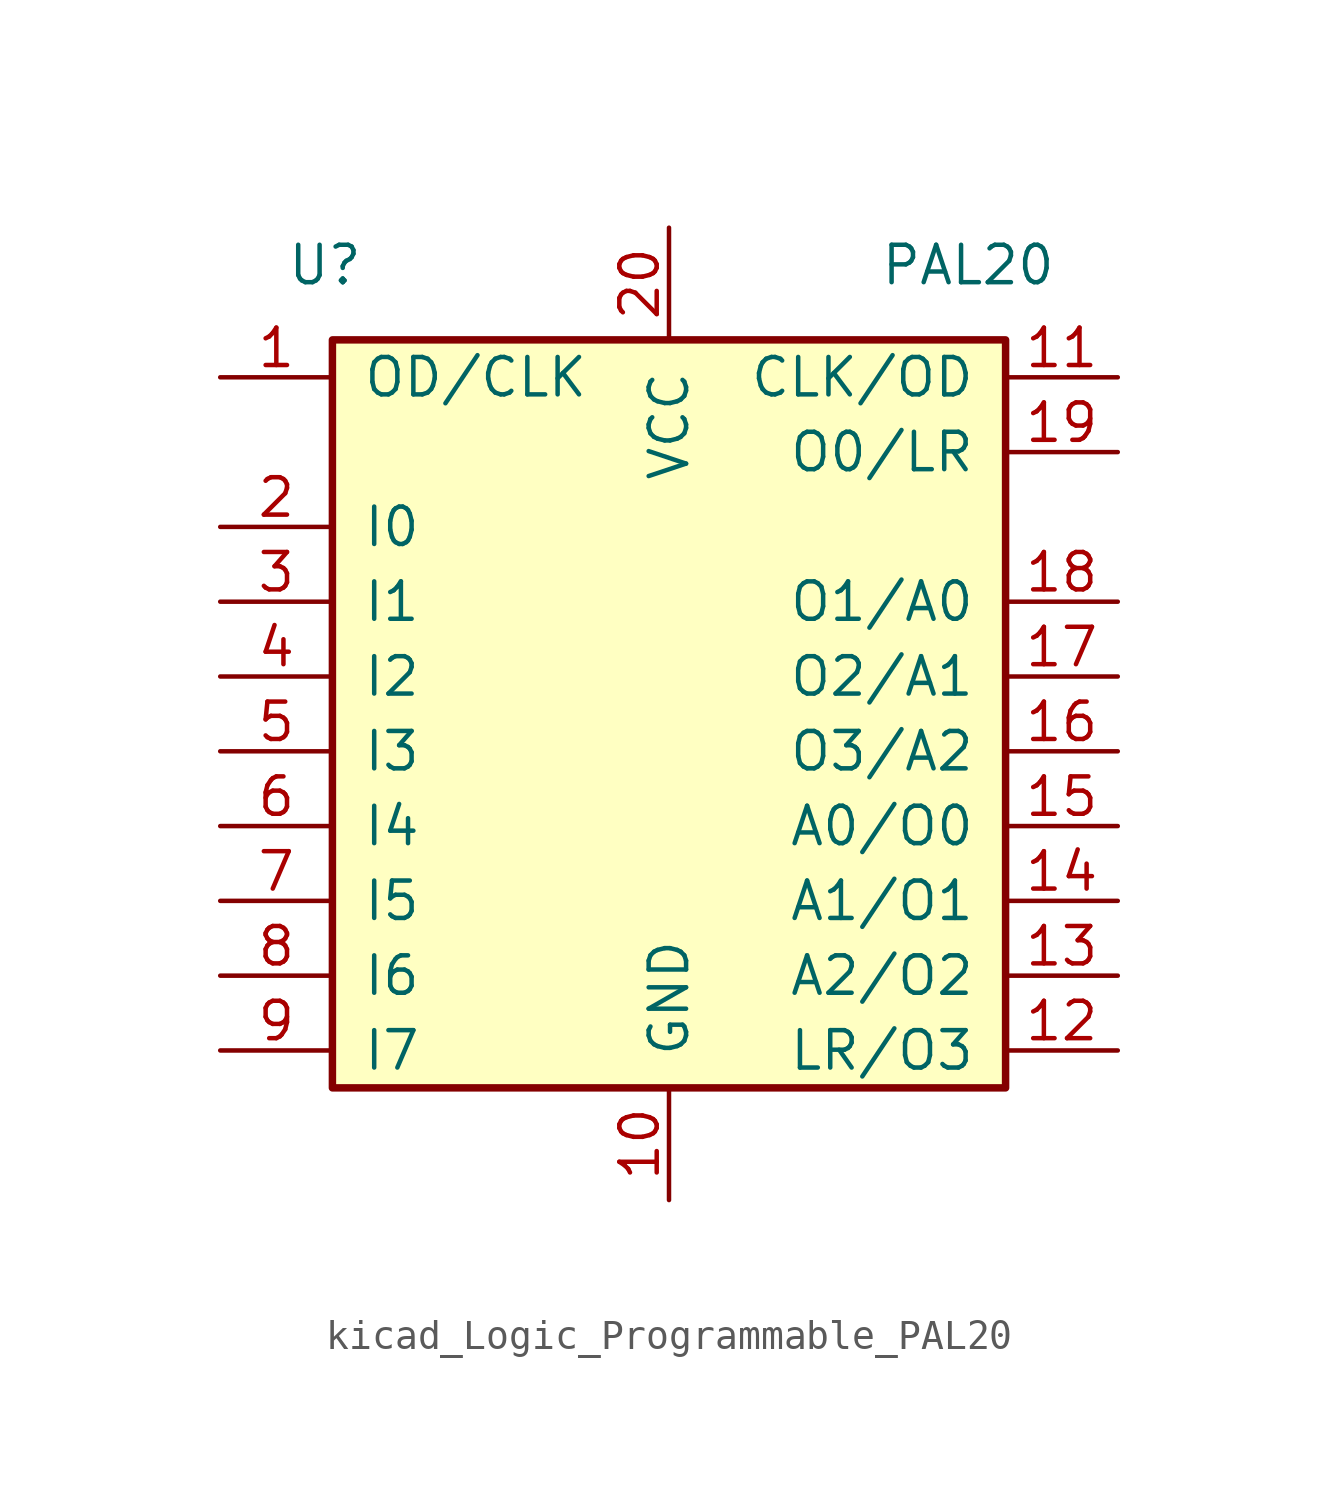
<source format=kicad_sym>
(kicad_symbol_lib
  (version 20220914)
  (generator kicad_symbol_editor)
  (symbol "kicad_Logic_Programmable_PAL20"
    (pin_names
      (offset 1.016))
    (property "Reference" "U"
      (at -11.684 16.51 0)
      (effects (font (size 1.27 1.27))))
    (property "Value" "PAL20"
      (at 10.16 16.51 0)
      (effects (font (size 1.27 1.27))))
    (symbol "kicad_Logic_Programmable_PAL20_0_1"
      (rectangle (start -11.43 -11.43) (end 11.43 13.97) (stroke (width 0.254) (type default)) (fill (type background))))
    (symbol "kicad_Logic_Programmable_PAL20_1_1"
      (pin passive line (at -15.24 12.7 0) (length 3.81) (name "OD/CLK" (effects (font (size 1.27 1.27)))) (number "1" (effects (font (size 1.27 1.27)))))
      (pin passive line (at 0 -15.24 90) (length 3.81) (name "GND" (effects (font (size 1.27 1.27)))) (number "10" (effects (font (size 1.27 1.27)))))
      (pin passive line (at 15.24 12.7 180) (length 3.81) (name "CLK/OD" (effects (font (size 1.27 1.27)))) (number "11" (effects (font (size 1.27 1.27)))))
      (pin passive line (at 15.24 -10.16 180) (length 3.81) (name "LR/O3" (effects (font (size 1.27 1.27)))) (number "12" (effects (font (size 1.27 1.27)))))
      (pin passive line (at 15.24 -7.62 180) (length 3.81) (name "A2/O2" (effects (font (size 1.27 1.27)))) (number "13" (effects (font (size 1.27 1.27)))))
      (pin passive line (at 15.24 -5.08 180) (length 3.81) (name "A1/O1" (effects (font (size 1.27 1.27)))) (number "14" (effects (font (size 1.27 1.27)))))
      (pin passive line (at 15.24 -2.54 180) (length 3.81) (name "A0/O0" (effects (font (size 1.27 1.27)))) (number "15" (effects (font (size 1.27 1.27)))))
      (pin passive line (at 15.24 0 180) (length 3.81) (name "O3/A2" (effects (font (size 1.27 1.27)))) (number "16" (effects (font (size 1.27 1.27)))))
      (pin passive line (at 15.24 2.54 180) (length 3.81) (name "O2/A1" (effects (font (size 1.27 1.27)))) (number "17" (effects (font (size 1.27 1.27)))))
      (pin passive line (at 15.24 5.08 180) (length 3.81) (name "O1/A0" (effects (font (size 1.27 1.27)))) (number "18" (effects (font (size 1.27 1.27)))))
      (pin passive line (at 15.24 10.16 180) (length 3.81) (name "O0/LR" (effects (font (size 1.27 1.27)))) (number "19" (effects (font (size 1.27 1.27)))))
      (pin passive line (at -15.24 7.62 0) (length 3.81) (name "I0" (effects (font (size 1.27 1.27)))) (number "2" (effects (font (size 1.27 1.27)))))
      (pin passive line (at 0 17.78 270) (length 3.81) (name "VCC" (effects (font (size 1.27 1.27)))) (number "20" (effects (font (size 1.27 1.27)))))
      (pin passive line (at -15.24 5.08 0) (length 3.81) (name "I1" (effects (font (size 1.27 1.27)))) (number "3" (effects (font (size 1.27 1.27)))))
      (pin passive line (at -15.24 2.54 0) (length 3.81) (name "I2" (effects (font (size 1.27 1.27)))) (number "4" (effects (font (size 1.27 1.27)))))
      (pin passive line (at -15.24 0 0) (length 3.81) (name "I3" (effects (font (size 1.27 1.27)))) (number "5" (effects (font (size 1.27 1.27)))))
      (pin passive line (at -15.24 -2.54 0) (length 3.81) (name "I4" (effects (font (size 1.27 1.27)))) (number "6" (effects (font (size 1.27 1.27)))))
      (pin passive line (at -15.24 -5.08 0) (length 3.81) (name "I5" (effects (font (size 1.27 1.27)))) (number "7" (effects (font (size 1.27 1.27)))))
      (pin passive line (at -15.24 -7.62 0) (length 3.81) (name "I6" (effects (font (size 1.27 1.27)))) (number "8" (effects (font (size 1.27 1.27)))))
      (pin passive line (at -15.24 -10.16 0) (length 3.81) (name "I7" (effects (font (size 1.27 1.27)))) (number "9" (effects (font (size 1.27 1.27))))))))
</source>
